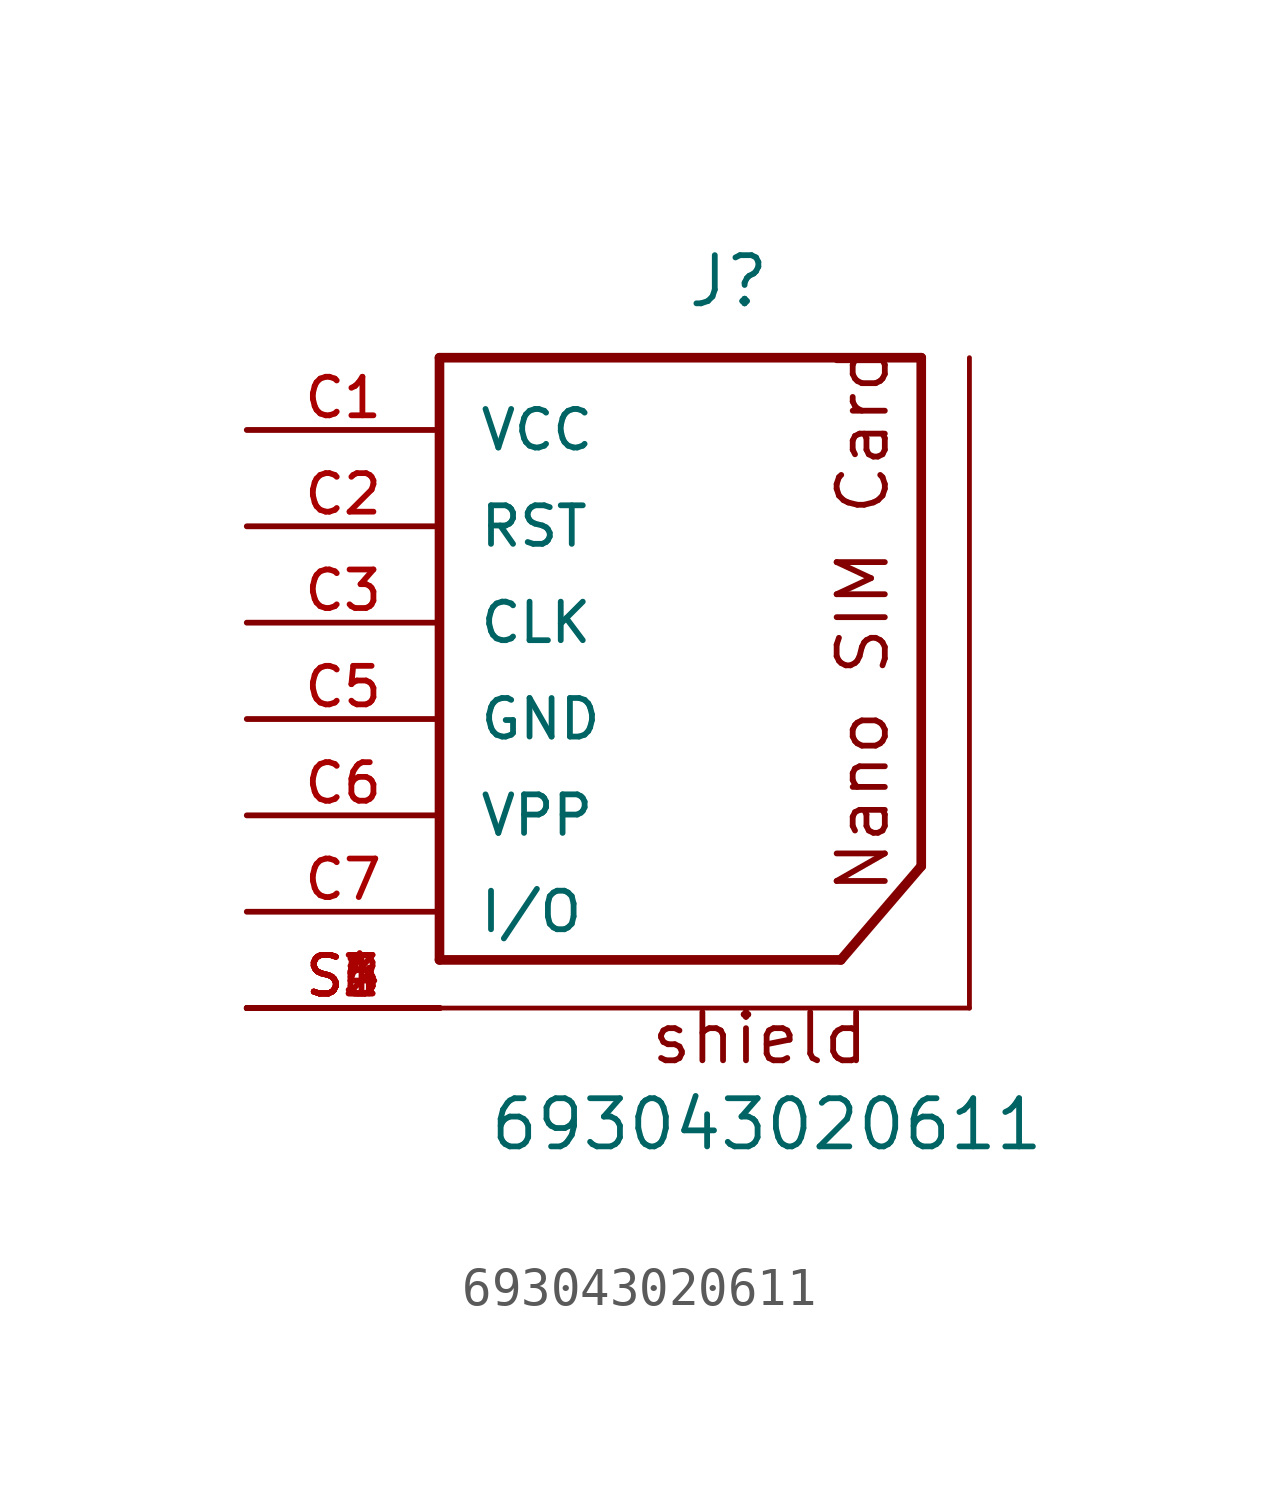
<source format=kicad_sym>
(kicad_symbol_lib
  (version 20211014)
  (generator kicad_symbol_editor)
  (symbol "693043020611"
    (pin_names
      (offset 1.016))
    (property "Reference" "J"
      (at 0.0 8.255 0)
      (effects (font (size 1.27 1.27)) (justify bottom)))
    (property "Value" "693043020611"
      (at -6.35 -13.97 0)
      (effects (font (size 1.27 1.27)) (justify bottom left)))
    (symbol "693043020611_0_0"
      (polyline (pts (xy -7.62 6.985) (xy -7.62 -8.89)) (stroke (width 0.254)))
      (polyline (pts (xy -7.62 -8.89) (xy 2.96 -8.89)) (stroke (width 0.254)))
      (polyline (pts (xy 5.08 6.985) (xy -7.62 6.985)) (stroke (width 0.254)))
      (polyline (pts (xy 5.08 -6.42) (xy 5.08 6.985)) (stroke (width 0.254)))
      (polyline (pts (xy -7.62 -10.16) (xy 6.35 -10.16)) (stroke (width 0.127)))
      (polyline (pts (xy 6.35 -10.16) (xy 6.35 6.985)) (stroke (width 0.127)))
      (polyline (pts (xy 5.08 -6.42) (xy 2.96 -8.89)) (stroke (width 0.254)))
      (text "Nano SIM Card" (at 4.283 -7.212 900) (effects (font (size 1.27 1.27)) (justify bottom left)))
      (text "shield" (at -2.12 -11.7 0) (effects (font (size 1.27 1.27)) (justify bottom left)))
      (pin bidirectional line (at -12.7 5.08 0) (length 5.08) (name "VCC" (effects (font (size 1.016 1.016)))) (number "C1" (effects (font (size 1.016 1.016)))))
      (pin bidirectional line (at -12.7 2.54 0) (length 5.08) (name "RST" (effects (font (size 1.016 1.016)))) (number "C2" (effects (font (size 1.016 1.016)))))
      (pin bidirectional line (at -12.7 0.0 0) (length 5.08) (name "CLK" (effects (font (size 1.016 1.016)))) (number "C3" (effects (font (size 1.016 1.016)))))
      (pin bidirectional line (at -12.7 -2.54 0) (length 5.08) (name "GND" (effects (font (size 1.016 1.016)))) (number "C5" (effects (font (size 1.016 1.016)))))
      (pin bidirectional line (at -12.7 -5.08 0) (length 5.08) (name "VPP" (effects (font (size 1.016 1.016)))) (number "C6" (effects (font (size 1.016 1.016)))))
      (pin bidirectional line (at -12.7 -7.62 0) (length 5.08) (name "I/O" (effects (font (size 1.016 1.016)))) (number "C7" (effects (font (size 1.016 1.016)))))
      (pin bidirectional line (at -12.7 -10.16 0) (length 5.08) (name "~" (effects (font (size 1.016 1.016)))) (number "S1" (effects (font (size 1.016 1.016)))))
      (pin bidirectional line (at -12.7 -10.16 0) (length 5.08) (name "~" (effects (font (size 1.016 1.016)))) (number "S2" (effects (font (size 1.016 1.016)))))
      (pin bidirectional line (at -12.7 -10.16 0) (length 5.08) (name "~" (effects (font (size 1.016 1.016)))) (number "S3" (effects (font (size 1.016 1.016)))))
      (pin bidirectional line (at -12.7 -10.16 0) (length 5.08) (name "~" (effects (font (size 1.016 1.016)))) (number "S4" (effects (font (size 1.016 1.016)))))
      (pin bidirectional line (at -12.7 -10.16 0) (length 5.08) (name "~" (effects (font (size 1.016 1.016)))) (number "S5" (effects (font (size 1.016 1.016)))))
      (pin bidirectional line (at -12.7 -10.16 0) (length 5.08) (name "~" (effects (font (size 1.016 1.016)))) (number "S6" (effects (font (size 1.016 1.016))))))))
</source>
